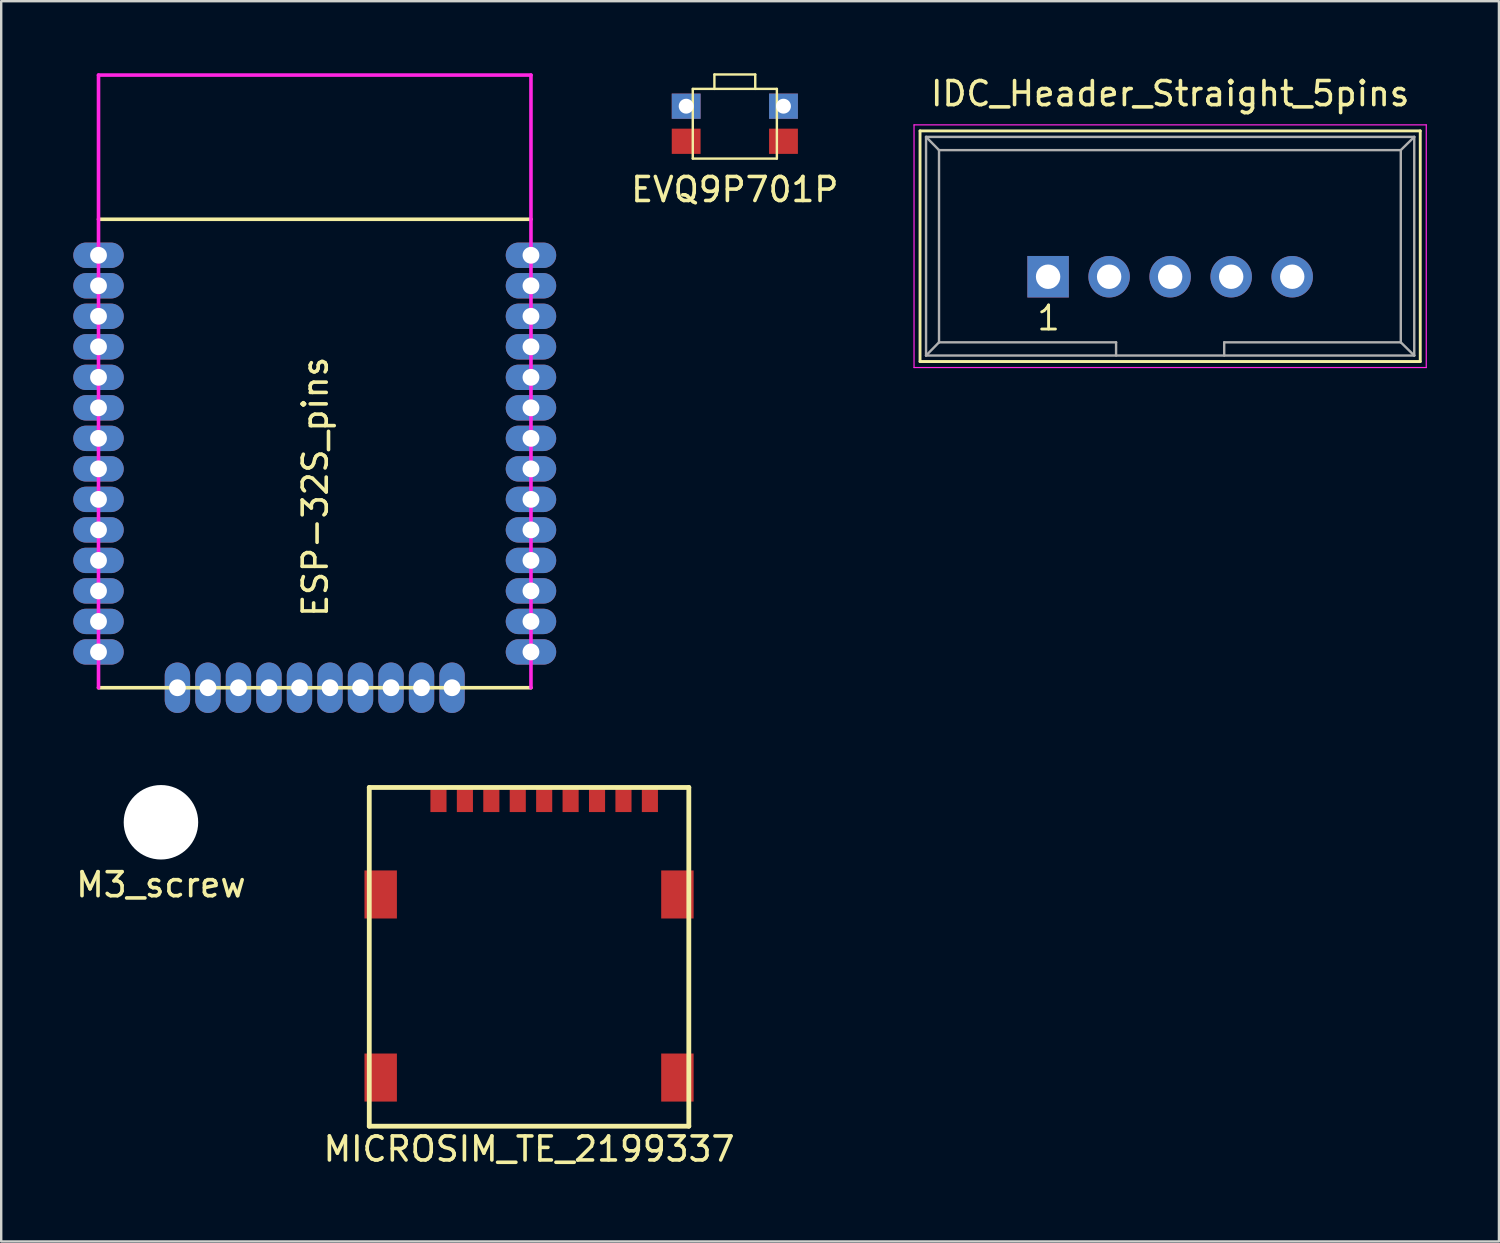
<source format=kicad_pcb>
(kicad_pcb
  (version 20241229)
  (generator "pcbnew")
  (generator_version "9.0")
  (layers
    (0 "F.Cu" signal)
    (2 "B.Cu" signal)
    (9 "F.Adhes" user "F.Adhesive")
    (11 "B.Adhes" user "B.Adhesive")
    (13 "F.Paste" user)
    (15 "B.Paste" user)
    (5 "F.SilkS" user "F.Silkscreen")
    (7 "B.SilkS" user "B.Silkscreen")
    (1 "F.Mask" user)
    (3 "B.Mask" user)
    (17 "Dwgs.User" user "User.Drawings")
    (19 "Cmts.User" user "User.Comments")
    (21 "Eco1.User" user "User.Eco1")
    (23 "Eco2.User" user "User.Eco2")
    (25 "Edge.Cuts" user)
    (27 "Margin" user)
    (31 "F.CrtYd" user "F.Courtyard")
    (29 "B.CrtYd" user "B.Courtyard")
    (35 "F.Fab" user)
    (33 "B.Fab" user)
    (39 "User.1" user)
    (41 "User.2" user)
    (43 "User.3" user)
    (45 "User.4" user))
  (footprint "MICROSIM_TE_2199337"
    (layer "F.Cu")
    (at 18.97 36.775)
    (property "Reference" "MICROSIM_TE_2199337" (at 0 8 0) (layer "F.SilkS") (effects (font (size 1 1) (thickness 0.15))))
    (attr through_hole)
    (fp_line (start -6.65 -7.05) (end -6.65 7.05) (stroke (width 0.2) (type solid)) (layer "F.SilkS"))
    (fp_line (start -6.65 -7.05) (end 6.65 -7.05) (stroke (width 0.2) (type solid)) (layer "F.SilkS"))
    (fp_line (start -6.65 7.05) (end 6.65 7.05) (stroke (width 0.2) (type solid)) (layer "F.SilkS"))
    (fp_line (start 6.65 -7.05) (end 6.65 7.05) (stroke (width 0.2) (type solid)) (layer "F.SilkS"))
    (pad "0" smd rect (at -6.175 -2.595) (size 1.35 2) (layers "F.Cu" "F.Mask" "F.Paste"))
    (pad "0" smd rect (at -6.175 5.025) (size 1.35 2) (layers "F.Cu" "F.Mask" "F.Paste"))
    (pad "0" smd rect (at 6.175 -2.595) (size 1.35 2) (layers "F.Cu" "F.Mask" "F.Paste"))
    (pad "0" smd rect (at 6.175 5.025) (size 1.35 2) (layers "F.Cu" "F.Mask" "F.Paste"))
    (pad "1" smd rect (at 5.03 -6.5) (size 0.67 0.95) (layers "F.Cu" "F.Mask" "F.Paste"))
    (pad "2" smd rect (at 1.73 -6.5) (size 0.67 0.95) (layers "F.Cu" "F.Mask" "F.Paste"))
    (pad "3" smd rect (at -0.47 -6.5) (size 0.67 0.95) (layers "F.Cu" "F.Mask" "F.Paste"))
    (pad "4" smd rect (at -2.67 -6.5) (size 0.67 0.95) (layers "F.Cu" "F.Mask" "F.Paste"))
    (pad "5" smd rect (at 3.93 -6.5) (size 0.67 0.95) (layers "F.Cu" "F.Mask" "F.Paste"))
    (pad "6" smd rect (at 0.63 -6.5) (size 0.67 0.95) (layers "F.Cu" "F.Mask" "F.Paste"))
    (pad "7" smd rect (at -1.57 -6.5) (size 0.67 0.95) (layers "F.Cu" "F.Mask" "F.Paste"))
    (pad "8" smd rect (at -3.77 -6.5) (size 0.67 0.95) (layers "F.Cu" "F.Mask" "F.Paste"))
    (pad "SW" smd rect (at 2.83 -6.5) (size 0.67 0.95) (layers "F.Cu" "F.Mask" "F.Paste")))
  (footprint "EVQ9P701P"
    (layer "F.Cu")
    (at 27.535 2.1)
    (property "Reference" "EVQ9P701P" (at 0 2.74 0) (layer "F.SilkS") (effects (font (size 1 1) (thickness 0.15))))
    (attr through_hole)
    (fp_line (start -1.75 -1.45) (end 1.75 -1.45) (stroke (width 0.1) (type solid)) (layer "F.SilkS"))
    (fp_line (start -1.75 1.45) (end -1.75 -1.45) (stroke (width 0.1) (type solid)) (layer "F.SilkS"))
    (fp_line (start -0.85 -2.05) (end 0.85 -2.05) (stroke (width 0.1) (type solid)) (layer "F.SilkS"))
    (fp_line (start -0.85 -1.45) (end -0.85 -2.05) (stroke (width 0.1) (type solid)) (layer "F.SilkS"))
    (fp_line (start 0.85 -2.05) (end 0.85 -1.45) (stroke (width 0.1) (type solid)) (layer "F.SilkS"))
    (fp_line (start 1.75 -1.45) (end 1.75 1.45) (stroke (width 0.1) (type solid)) (layer "F.SilkS"))
    (fp_line (start 1.75 1.45) (end -1.75 1.45) (stroke (width 0.1) (type solid)) (layer "F.SilkS"))
    (pad "1" thru_hole rect (at -2.025 -0.73) (size 1.2 1.05) (drill 0.62) (layers "*.Cu" "*.Mask"))
    (pad "1" thru_hole rect (at 2.025 -0.73) (size 1.2 1.05) (drill 0.62) (layers "*.Cu" "*.Mask"))
    (pad "2" smd rect (at -2.025 0.73) (size 1.2 1.05) (layers "F.Cu" "F.Mask" "F.Paste"))
    (pad "2" smd rect (at 2.025 0.73) (size 1.2 1.05) (layers "F.Cu" "F.Mask" "F.Paste")))
  (footprint "IDC_Header_Straight_5pins"
    (layer "F.Cu")
    (at 40.574 8.468)
    (property "Reference" "IDC_Header_Straight_5pins" (at 5.08 -7.62 0) (layer "F.SilkS") (effects (font (size 1 1) (thickness 0.15))))
    (attr through_hole)
    (fp_line (start -5.33 -6.07) (end 15.49 -6.07) (stroke (width 0.12) (type solid)) (layer "F.SilkS"))
    (fp_line (start -5.33 3.53) (end -5.33 -6.07) (stroke (width 0.12) (type solid)) (layer "F.SilkS"))
    (fp_line (start 15.49 -6.07) (end 15.49 3.53) (stroke (width 0.12) (type solid)) (layer "F.SilkS"))
    (fp_line (start 15.49 3.53) (end -5.33 3.53) (stroke (width 0.12) (type solid)) (layer "F.SilkS"))
    (fp_line (start -5.58 -6.32) (end 15.74 -6.32) (stroke (width 0.05) (type solid)) (layer "F.CrtYd"))
    (fp_line (start -5.58 3.78) (end -5.58 -6.32) (stroke (width 0.05) (type solid)) (layer "F.CrtYd"))
    (fp_line (start 15.74 -6.32) (end 15.74 3.78) (stroke (width 0.05) (type solid)) (layer "F.CrtYd"))
    (fp_line (start 15.74 3.78) (end -5.58 3.78) (stroke (width 0.05) (type solid)) (layer "F.CrtYd"))
    (fp_line (start -5.08 -5.82) (end -5.08 3.28) (stroke (width 0.1) (type solid)) (layer "F.Fab"))
    (fp_line (start -5.08 -5.82) (end -4.54 -5.27) (stroke (width 0.1) (type solid)) (layer "F.Fab"))
    (fp_line (start -5.08 -5.82) (end 15.24 -5.82) (stroke (width 0.1) (type solid)) (layer "F.Fab"))
    (fp_line (start -5.08 3.28) (end -4.54 2.73) (stroke (width 0.1) (type solid)) (layer "F.Fab"))
    (fp_line (start -5.08 3.28) (end 15.24 3.28) (stroke (width 0.1) (type solid)) (layer "F.Fab"))
    (fp_line (start -4.54 -5.27) (end -4.54 2.73) (stroke (width 0.1) (type solid)) (layer "F.Fab"))
    (fp_line (start -4.54 -5.27) (end 14.68 -5.27) (stroke (width 0.1) (type solid)) (layer "F.Fab"))
    (fp_line (start -4.54 2.73) (end 2.83 2.73) (stroke (width 0.1) (type solid)) (layer "F.Fab"))
    (fp_line (start 2.83 2.73) (end 2.83 3.28) (stroke (width 0.1) (type solid)) (layer "F.Fab"))
    (fp_line (start 7.33 2.73) (end 7.33 3.28) (stroke (width 0.1) (type solid)) (layer "F.Fab"))
    (fp_line (start 7.33 2.73) (end 14.68 2.73) (stroke (width 0.1) (type solid)) (layer "F.Fab"))
    (fp_line (start 14.68 -5.27) (end 14.68 2.73) (stroke (width 0.1) (type solid)) (layer "F.Fab"))
    (fp_line (start 15.24 -5.82) (end 14.68 -5.27) (stroke (width 0.1) (type solid)) (layer "F.Fab"))
    (fp_line (start 15.24 -5.82) (end 15.24 3.28) (stroke (width 0.1) (type solid)) (layer "F.Fab"))
    (fp_line (start 15.24 3.28) (end 14.68 2.73) (stroke (width 0.1) (type solid)) (layer "F.Fab"))
    (fp_text user "1" (at 0.02 1.72 0) (layer "F.SilkS") (effects (font (size 1 1) (thickness 0.12))))
    (pad "1" thru_hole rect (at 0 0) (size 1.727 1.727) (drill 1.016) (layers "*.Cu" "*.Mask"))
    (pad "2" thru_hole oval (at 2.54 0) (size 1.727 1.727) (drill 1.016) (layers "*.Cu" "*.Mask"))
    (pad "3" thru_hole oval (at 5.08 0) (size 1.727 1.727) (drill 1.016) (layers "*.Cu" "*.Mask"))
    (pad "4" thru_hole oval (at 7.62 0) (size 1.727 1.727) (drill 1.016) (layers "*.Cu" "*.Mask"))
    (pad "5" thru_hole oval (at 10.16 0) (size 1.727 1.727) (drill 1.016) (layers "*.Cu" "*.Mask")))
  (footprint "ESP-32S_pins"
    (layer "F.Cu")
    (at 10.103 17.092)
    (property "Reference" "ESP-32S_pins" (at -0.03 0.12 270) (layer "F.SilkS") (effects (font (size 1 1) (thickness 0.15))))
    (attr through_hole)
    (fp_line (start 8.947 -11.017) (end -9.053 -11.017) (stroke (width 0.15) (type solid)) (layer "F.SilkS"))
    (fp_line (start 8.947 8.483) (end -9.053 8.483) (stroke (width 0.15) (type solid)) (layer "F.SilkS"))
    (fp_line (start -9.053 -17.017) (end -9.053 8.483) (stroke (width 0.15) (type solid)) (layer "F.CrtYd"))
    (fp_line (start 8.947 -17.017) (end -9.053 -17.017) (stroke (width 0.15) (type solid)) (layer "F.CrtYd"))
    (fp_line (start 8.947 -17.017) (end 8.947 8.483) (stroke (width 0.15) (type solid)) (layer "F.CrtYd"))
    (pad "2" thru_hole oval (at -9.053 -8.247 180) (size 2.1 1.056) (drill 0.7) (layers "*.Cu" "*.Mask"))
    (pad "3" thru_hole oval (at -9.053 -6.977 180) (size 2.1 1.056) (drill 0.7) (layers "*.Cu" "*.Mask"))
    (pad "4" thru_hole oval (at -9.053 -5.707 180) (size 2.1 1.056) (drill 0.7) (layers "*.Cu" "*.Mask"))
    (pad "5" thru_hole oval (at -9.053 -4.437 180) (size 2.1 1.056) (drill 0.7) (layers "*.Cu" "*.Mask"))
    (pad "6" thru_hole oval (at -9.053 -3.167 180) (size 2.1 1.056) (drill 0.7) (layers "*.Cu" "*.Mask"))
    (pad "7" thru_hole oval (at -9.053 -1.897 180) (size 2.1 1.056) (drill 0.7) (layers "*.Cu" "*.Mask"))
    (pad "8" thru_hole oval (at -9.053 -0.627 180) (size 2.1 1.056) (drill 0.7) (layers "*.Cu" "*.Mask"))
    (pad "9" thru_hole oval (at -9.053 0.643 180) (size 2.1 1.056) (drill 0.7) (layers "*.Cu" "*.Mask"))
    (pad "10" thru_hole oval (at -9.053 1.913 180) (size 2.1 1.056) (drill 0.7) (layers "*.Cu" "*.Mask"))
    (pad "11" thru_hole oval (at -9.053 3.183 180) (size 2.1 1.056) (drill 0.7) (layers "*.Cu" "*.Mask"))
    (pad "12" thru_hole oval (at -9.053 4.453 180) (size 2.1 1.056) (drill 0.7) (layers "*.Cu" "*.Mask"))
    (pad "13" thru_hole oval (at -9.053 5.723 180) (size 2.1 1.056) (drill 0.7) (layers "*.Cu" "*.Mask"))
    (pad "14" thru_hole oval (at -9.053 6.993 180) (size 2.1 1.056) (drill 0.7) (layers "*.Cu" "*.Mask"))
    (pad "15" thru_hole oval (at -5.768 8.483 90) (size 2.1 1.056) (drill 0.7) (layers "*.Cu" "*.Mask"))
    (pad "16" thru_hole oval (at -4.498 8.483 90) (size 2.1 1.056) (drill 0.7) (layers "*.Cu" "*.Mask"))
    (pad "17" thru_hole oval (at -3.228 8.483 90) (size 2.1 1.056) (drill 0.7) (layers "*.Cu" "*.Mask"))
    (pad "18" thru_hole oval (at -1.958 8.483 90) (size 2.1 1.056) (drill 0.7) (layers "*.Cu" "*.Mask"))
    (pad "19" thru_hole oval (at -0.688 8.483 90) (size 2.1 1.056) (drill 0.7) (layers "*.Cu" "*.Mask"))
    (pad "20" thru_hole oval (at 0.582 8.483 90) (size 2.1 1.056) (drill 0.7) (layers "*.Cu" "*.Mask"))
    (pad "21" thru_hole oval (at 1.852 8.483 90) (size 2.1 1.056) (drill 0.7) (layers "*.Cu" "*.Mask"))
    (pad "22" thru_hole oval (at 3.122 8.483 90) (size 2.1 1.056) (drill 0.7) (layers "*.Cu" "*.Mask"))
    (pad "23" thru_hole oval (at 4.392 8.483 90) (size 2.1 1.056) (drill 0.7) (layers "*.Cu" "*.Mask"))
    (pad "24" thru_hole oval (at 5.662 8.483 90) (size 2.1 1.056) (drill 0.7) (layers "*.Cu" "*.Mask"))
    (pad "25" thru_hole oval (at 8.947 6.993 180) (size 2.1 1.056) (drill 0.7) (layers "*.Cu" "*.Mask"))
    (pad "26" thru_hole oval (at 8.947 5.723 180) (size 2.1 1.056) (drill 0.7) (layers "*.Cu" "*.Mask"))
    (pad "27" thru_hole oval (at 8.947 4.453 180) (size 2.1 1.056) (drill 0.7) (layers "*.Cu" "*.Mask"))
    (pad "28" thru_hole oval (at 8.947 3.183 180) (size 2.1 1.056) (drill 0.7) (layers "*.Cu" "*.Mask"))
    (pad "29" thru_hole oval (at 8.947 1.913 180) (size 2.1 1.056) (drill 0.7) (layers "*.Cu" "*.Mask"))
    (pad "30" thru_hole oval (at 8.947 0.643 180) (size 2.1 1.056) (drill 0.7) (layers "*.Cu" "*.Mask"))
    (pad "31" thru_hole oval (at 8.947 -0.627 180) (size 2.1 1.056) (drill 0.7) (layers "*.Cu" "*.Mask"))
    (pad "32" thru_hole oval (at 8.947 -1.897 180) (size 2.1 1.056) (drill 0.7) (layers "*.Cu" "*.Mask"))
    (pad "33" thru_hole oval (at 8.947 -3.167 180) (size 2.1 1.056) (drill 0.7) (layers "*.Cu" "*.Mask"))
    (pad "34" thru_hole oval (at 8.947 -4.437 180) (size 2.1 1.056) (drill 0.7) (layers "*.Cu" "*.Mask"))
    (pad "35" thru_hole oval (at 8.947 -5.707 180) (size 2.1 1.056) (drill 0.7) (layers "*.Cu" "*.Mask"))
    (pad "36" thru_hole oval (at 8.947 -6.977 180) (size 2.1 1.056) (drill 0.7) (layers "*.Cu" "*.Mask"))
    (pad "37" thru_hole oval (at 8.947 -8.247 180) (size 2.1 1.056) (drill 0.7) (layers "*.Cu" "*.Mask"))
    (pad "38" thru_hole oval (at -9.053 -9.517 180) (size 2.1 1.056) (drill 0.7) (layers "*.Cu" "*.Mask"))
    (pad "38" thru_hole oval (at 8.947 -9.517 180) (size 2.1 1.056) (drill 0.7) (layers "*.Cu" "*.Mask")))
  (footprint "M3_screw"
    (layer "F.Cu")
    (at 3.649 31.175)
    (property "Reference" "M3_screw" (at 0 2.6 0) (layer "F.SilkS") (effects (font (size 1 1) (thickness 0.15))))
    (attr through_hole)
    (pad "" np_thru_hole circle (at 0 0) (size 3.1 3.1) (drill 3.1) (layers "*.Cu" "*.Mask")))
  (gr_rect
    (start -3 -3)
    (end 59.339 48.623)
    (stroke (width 0.1) (type default))
    (fill no)
    (layer "Edge.Cuts")))
</source>
